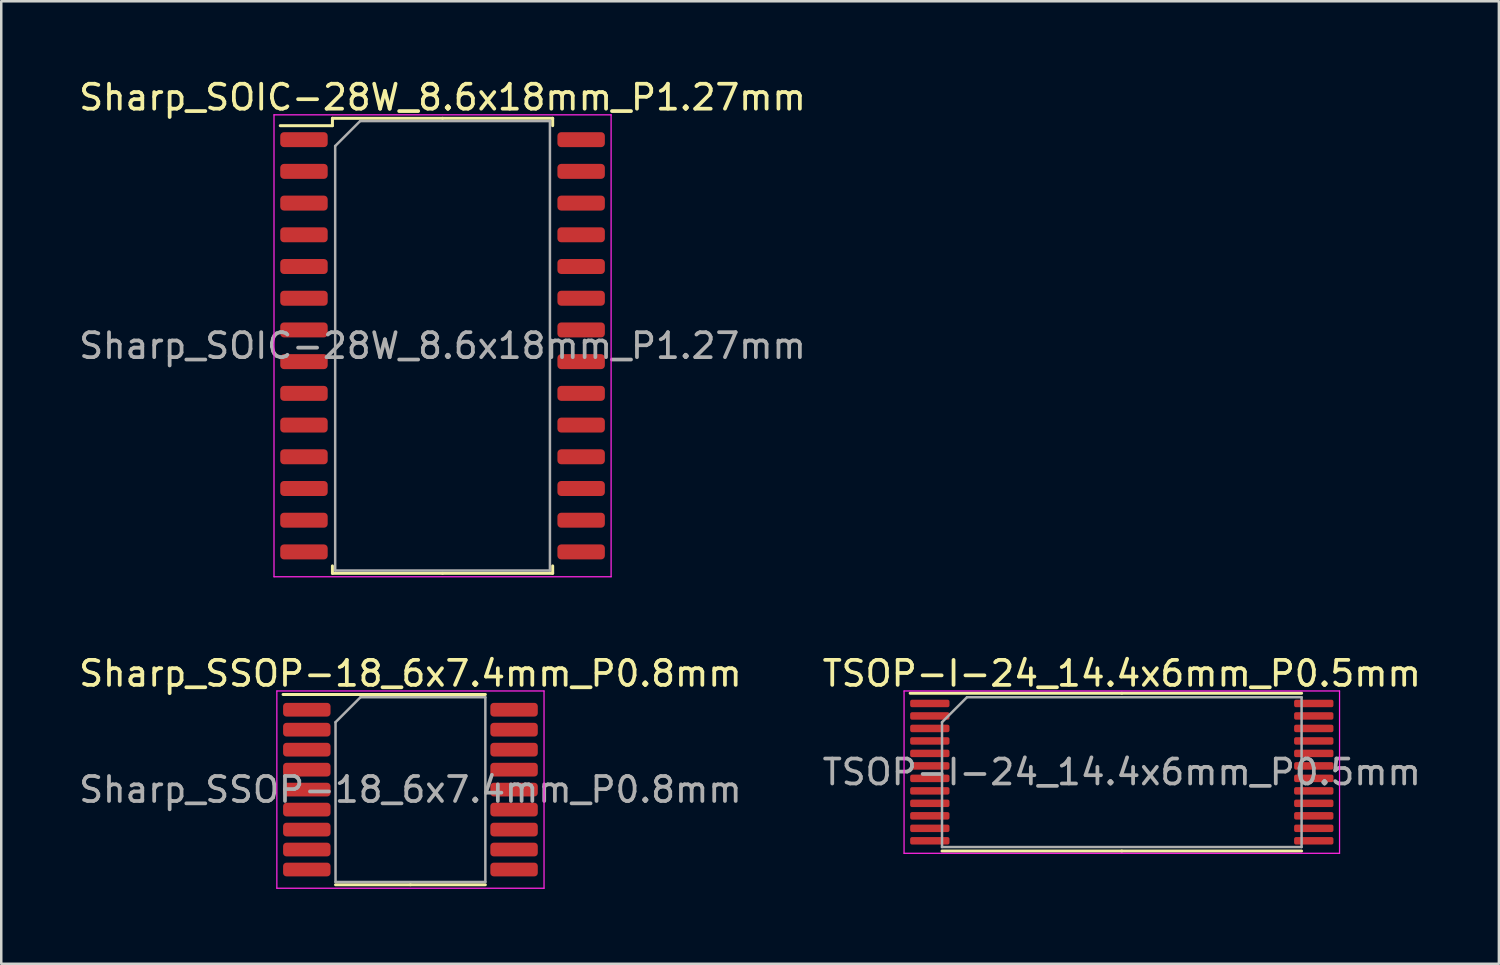
<source format=kicad_pcb>
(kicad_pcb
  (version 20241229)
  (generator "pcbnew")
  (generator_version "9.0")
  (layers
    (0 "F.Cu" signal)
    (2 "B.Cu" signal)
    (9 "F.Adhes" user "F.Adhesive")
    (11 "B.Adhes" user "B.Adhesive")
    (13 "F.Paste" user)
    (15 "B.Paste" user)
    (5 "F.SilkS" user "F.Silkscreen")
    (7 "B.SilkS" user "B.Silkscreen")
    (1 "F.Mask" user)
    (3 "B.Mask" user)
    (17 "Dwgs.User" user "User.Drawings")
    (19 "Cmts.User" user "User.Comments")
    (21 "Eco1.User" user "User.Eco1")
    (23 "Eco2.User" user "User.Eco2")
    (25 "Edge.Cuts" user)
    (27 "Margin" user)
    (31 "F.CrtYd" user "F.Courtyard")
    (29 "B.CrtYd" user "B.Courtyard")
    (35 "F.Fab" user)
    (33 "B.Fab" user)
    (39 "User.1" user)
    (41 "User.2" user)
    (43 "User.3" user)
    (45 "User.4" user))
  (footprint "Sharp_SSOP-18_6x7.4mm_P0.8mm"
    (layer "F.Cu")
    (at 13.387 28.572)
    (property "Reference" "Sharp_SSOP-18_6x7.4mm_P0.8mm" (at 0 -4.65 0) (layer "F.SilkS") (effects (font (size 1 1) (thickness 0.15))))
    (attr smd)
    (fp_line (start 0 -3.81) (end -5.1 -3.81) (stroke (width 0.12) (type solid)) (layer "F.SilkS"))
    (fp_line (start 0 -3.81) (end 3 -3.81) (stroke (width 0.12) (type solid)) (layer "F.SilkS"))
    (fp_line (start 0 3.81) (end -3 3.81) (stroke (width 0.12) (type solid)) (layer "F.SilkS"))
    (fp_line (start 0 3.81) (end 3 3.81) (stroke (width 0.12) (type solid)) (layer "F.SilkS"))
    (fp_line (start -5.35 -3.95) (end -5.35 3.95) (stroke (width 0.05) (type solid)) (layer "F.CrtYd"))
    (fp_line (start -5.35 3.95) (end 5.35 3.95) (stroke (width 0.05) (type solid)) (layer "F.CrtYd"))
    (fp_line (start 5.35 -3.95) (end -5.35 -3.95) (stroke (width 0.05) (type solid)) (layer "F.CrtYd"))
    (fp_line (start 5.35 3.95) (end 5.35 -3.95) (stroke (width 0.05) (type solid)) (layer "F.CrtYd"))
    (fp_line (start -3 -2.7) (end -2 -3.7) (stroke (width 0.1) (type solid)) (layer "F.Fab"))
    (fp_line (start -3 3.7) (end -3 -2.7) (stroke (width 0.1) (type solid)) (layer "F.Fab"))
    (fp_line (start -2 -3.7) (end 3 -3.7) (stroke (width 0.1) (type solid)) (layer "F.Fab"))
    (fp_line (start 3 -3.7) (end 3 3.7) (stroke (width 0.1) (type solid)) (layer "F.Fab"))
    (fp_line (start 3 3.7) (end -3 3.7) (stroke (width 0.1) (type solid)) (layer "F.Fab"))
    (fp_text user "${REFERENCE}" (at 0 0 0) (layer "F.Fab") (effects (font (size 1 1) (thickness 0.15))))
    (pad "1" smd roundrect (at -4.15 -3.2) (size 1.9 0.55) (layers "F.Cu" "F.Mask" "F.Paste") (roundrect_rratio 0.25))
    (pad "2" smd roundrect (at -4.15 -2.4) (size 1.9 0.55) (layers "F.Cu" "F.Mask" "F.Paste") (roundrect_rratio 0.25))
    (pad "3" smd roundrect (at -4.15 -1.6) (size 1.9 0.55) (layers "F.Cu" "F.Mask" "F.Paste") (roundrect_rratio 0.25))
    (pad "4" smd roundrect (at -4.15 -0.8) (size 1.9 0.55) (layers "F.Cu" "F.Mask" "F.Paste") (roundrect_rratio 0.25))
    (pad "5" smd roundrect (at -4.15 0) (size 1.9 0.55) (layers "F.Cu" "F.Mask" "F.Paste") (roundrect_rratio 0.25))
    (pad "6" smd roundrect (at -4.15 0.8) (size 1.9 0.55) (layers "F.Cu" "F.Mask" "F.Paste") (roundrect_rratio 0.25))
    (pad "7" smd roundrect (at -4.15 1.6) (size 1.9 0.55) (layers "F.Cu" "F.Mask" "F.Paste") (roundrect_rratio 0.25))
    (pad "8" smd roundrect (at -4.15 2.4) (size 1.9 0.55) (layers "F.Cu" "F.Mask" "F.Paste") (roundrect_rratio 0.25))
    (pad "9" smd roundrect (at -4.15 3.2) (size 1.9 0.55) (layers "F.Cu" "F.Mask" "F.Paste") (roundrect_rratio 0.25))
    (pad "10" smd roundrect (at 4.15 3.2) (size 1.9 0.55) (layers "F.Cu" "F.Mask" "F.Paste") (roundrect_rratio 0.25))
    (pad "11" smd roundrect (at 4.15 2.4) (size 1.9 0.55) (layers "F.Cu" "F.Mask" "F.Paste") (roundrect_rratio 0.25))
    (pad "12" smd roundrect (at 4.15 1.6) (size 1.9 0.55) (layers "F.Cu" "F.Mask" "F.Paste") (roundrect_rratio 0.25))
    (pad "13" smd roundrect (at 4.15 0.8) (size 1.9 0.55) (layers "F.Cu" "F.Mask" "F.Paste") (roundrect_rratio 0.25))
    (pad "14" smd roundrect (at 4.15 0) (size 1.9 0.55) (layers "F.Cu" "F.Mask" "F.Paste") (roundrect_rratio 0.25))
    (pad "15" smd roundrect (at 4.15 -0.8) (size 1.9 0.55) (layers "F.Cu" "F.Mask" "F.Paste") (roundrect_rratio 0.25))
    (pad "16" smd roundrect (at 4.15 -1.6) (size 1.9 0.55) (layers "F.Cu" "F.Mask" "F.Paste") (roundrect_rratio 0.25))
    (pad "17" smd roundrect (at 4.15 -2.4) (size 1.9 0.55) (layers "F.Cu" "F.Mask" "F.Paste") (roundrect_rratio 0.25))
    (pad "18" smd roundrect (at 4.15 -3.2) (size 1.9 0.55) (layers "F.Cu" "F.Mask" "F.Paste") (roundrect_rratio 0.25)))
  (footprint "TSOP-I-24_14.4x6mm_P0.5mm"
    (layer "F.Cu")
    (at 41.875 27.872)
    (property "Reference" "TSOP-I-24_14.4x6mm_P0.5mm" (at 0 -3.95 0) (layer "F.SilkS") (effects (font (size 1 1) (thickness 0.15))))
    (attr smd)
    (fp_line (start 0 -3.16) (end -8.475 -3.16) (stroke (width 0.12) (type solid)) (layer "F.SilkS"))
    (fp_line (start 0 -3.16) (end 7.2 -3.16) (stroke (width 0.12) (type solid)) (layer "F.SilkS"))
    (fp_line (start 0 3.16) (end -7.2 3.16) (stroke (width 0.12) (type solid)) (layer "F.SilkS"))
    (fp_line (start 0 3.16) (end 7.2 3.16) (stroke (width 0.12) (type solid)) (layer "F.SilkS"))
    (fp_line (start -8.72 -3.25) (end -8.72 3.25) (stroke (width 0.05) (type solid)) (layer "F.CrtYd"))
    (fp_line (start -8.72 3.25) (end 8.72 3.25) (stroke (width 0.05) (type solid)) (layer "F.CrtYd"))
    (fp_line (start 8.72 -3.25) (end -8.72 -3.25) (stroke (width 0.05) (type solid)) (layer "F.CrtYd"))
    (fp_line (start 8.72 3.25) (end 8.72 -3.25) (stroke (width 0.05) (type solid)) (layer "F.CrtYd"))
    (fp_line (start -7.2 -2) (end -6.2 -3) (stroke (width 0.1) (type solid)) (layer "F.Fab"))
    (fp_line (start -7.2 3) (end -7.2 -2) (stroke (width 0.1) (type solid)) (layer "F.Fab"))
    (fp_line (start -6.2 -3) (end 7.2 -3) (stroke (width 0.1) (type solid)) (layer "F.Fab"))
    (fp_line (start 7.2 -3) (end 7.2 3) (stroke (width 0.1) (type solid)) (layer "F.Fab"))
    (fp_line (start 7.2 3) (end -7.2 3) (stroke (width 0.1) (type solid)) (layer "F.Fab"))
    (fp_text user "${REFERENCE}" (at 0 0 0) (layer "F.Fab") (effects (font (size 1 1) (thickness 0.15))))
    (pad "1" smd roundrect (at -7.688 -2.75) (size 1.575 0.3) (layers "F.Cu" "F.Mask" "F.Paste") (roundrect_rratio 0.25))
    (pad "2" smd roundrect (at -7.688 -2.25) (size 1.575 0.3) (layers "F.Cu" "F.Mask" "F.Paste") (roundrect_rratio 0.25))
    (pad "3" smd roundrect (at -7.688 -1.75) (size 1.575 0.3) (layers "F.Cu" "F.Mask" "F.Paste") (roundrect_rratio 0.25))
    (pad "4" smd roundrect (at -7.688 -1.25) (size 1.575 0.3) (layers "F.Cu" "F.Mask" "F.Paste") (roundrect_rratio 0.25))
    (pad "5" smd roundrect (at -7.688 -0.75) (size 1.575 0.3) (layers "F.Cu" "F.Mask" "F.Paste") (roundrect_rratio 0.25))
    (pad "6" smd roundrect (at -7.688 -0.25) (size 1.575 0.3) (layers "F.Cu" "F.Mask" "F.Paste") (roundrect_rratio 0.25))
    (pad "7" smd roundrect (at -7.688 0.25) (size 1.575 0.3) (layers "F.Cu" "F.Mask" "F.Paste") (roundrect_rratio 0.25))
    (pad "8" smd roundrect (at -7.688 0.75) (size 1.575 0.3) (layers "F.Cu" "F.Mask" "F.Paste") (roundrect_rratio 0.25))
    (pad "9" smd roundrect (at -7.688 1.25) (size 1.575 0.3) (layers "F.Cu" "F.Mask" "F.Paste") (roundrect_rratio 0.25))
    (pad "10" smd roundrect (at -7.688 1.75) (size 1.575 0.3) (layers "F.Cu" "F.Mask" "F.Paste") (roundrect_rratio 0.25))
    (pad "11" smd roundrect (at -7.688 2.25) (size 1.575 0.3) (layers "F.Cu" "F.Mask" "F.Paste") (roundrect_rratio 0.25))
    (pad "12" smd roundrect (at -7.688 2.75) (size 1.575 0.3) (layers "F.Cu" "F.Mask" "F.Paste") (roundrect_rratio 0.25))
    (pad "13" smd roundrect (at 7.688 2.75) (size 1.575 0.3) (layers "F.Cu" "F.Mask" "F.Paste") (roundrect_rratio 0.25))
    (pad "14" smd roundrect (at 7.688 2.25) (size 1.575 0.3) (layers "F.Cu" "F.Mask" "F.Paste") (roundrect_rratio 0.25))
    (pad "15" smd roundrect (at 7.688 1.75) (size 1.575 0.3) (layers "F.Cu" "F.Mask" "F.Paste") (roundrect_rratio 0.25))
    (pad "16" smd roundrect (at 7.688 1.25) (size 1.575 0.3) (layers "F.Cu" "F.Mask" "F.Paste") (roundrect_rratio 0.25))
    (pad "17" smd roundrect (at 7.688 0.75) (size 1.575 0.3) (layers "F.Cu" "F.Mask" "F.Paste") (roundrect_rratio 0.25))
    (pad "18" smd roundrect (at 7.688 0.25) (size 1.575 0.3) (layers "F.Cu" "F.Mask" "F.Paste") (roundrect_rratio 0.25))
    (pad "19" smd roundrect (at 7.688 -0.25) (size 1.575 0.3) (layers "F.Cu" "F.Mask" "F.Paste") (roundrect_rratio 0.25))
    (pad "20" smd roundrect (at 7.688 -0.75) (size 1.575 0.3) (layers "F.Cu" "F.Mask" "F.Paste") (roundrect_rratio 0.25))
    (pad "21" smd roundrect (at 7.688 -1.25) (size 1.575 0.3) (layers "F.Cu" "F.Mask" "F.Paste") (roundrect_rratio 0.25))
    (pad "22" smd roundrect (at 7.688 -1.75) (size 1.575 0.3) (layers "F.Cu" "F.Mask" "F.Paste") (roundrect_rratio 0.25))
    (pad "23" smd roundrect (at 7.688 -2.25) (size 1.575 0.3) (layers "F.Cu" "F.Mask" "F.Paste") (roundrect_rratio 0.25))
    (pad "24" smd roundrect (at 7.688 -2.75) (size 1.575 0.3) (layers "F.Cu" "F.Mask" "F.Paste") (roundrect_rratio 0.25)))
  (footprint "Sharp_SOIC-28W_8.6x18mm_P1.27mm"
    (layer "F.Cu")
    (at 14.673 10.798)
    (property "Reference" "Sharp_SOIC-28W_8.6x18mm_P1.27mm" (at 0 -9.95 0) (layer "F.SilkS") (effects (font (size 1 1) (thickness 0.15))))
    (attr smd)
    (fp_line (start -4.41 -9.11) (end -4.41 -8.815) (stroke (width 0.12) (type solid)) (layer "F.SilkS"))
    (fp_line (start -4.41 -8.815) (end -6.5 -8.815) (stroke (width 0.12) (type solid)) (layer "F.SilkS"))
    (fp_line (start -4.41 9.11) (end -4.41 8.815) (stroke (width 0.12) (type solid)) (layer "F.SilkS"))
    (fp_line (start 0 -9.11) (end -4.41 -9.11) (stroke (width 0.12) (type solid)) (layer "F.SilkS"))
    (fp_line (start 0 -9.11) (end 4.41 -9.11) (stroke (width 0.12) (type solid)) (layer "F.SilkS"))
    (fp_line (start 0 9.11) (end -4.41 9.11) (stroke (width 0.12) (type solid)) (layer "F.SilkS"))
    (fp_line (start 0 9.11) (end 4.41 9.11) (stroke (width 0.12) (type solid)) (layer "F.SilkS"))
    (fp_line (start 4.41 -9.11) (end 4.41 -8.815) (stroke (width 0.12) (type solid)) (layer "F.SilkS"))
    (fp_line (start 4.41 9.11) (end 4.41 8.815) (stroke (width 0.12) (type solid)) (layer "F.SilkS"))
    (fp_line (start -6.75 -9.25) (end -6.75 9.25) (stroke (width 0.05) (type solid)) (layer "F.CrtYd"))
    (fp_line (start -6.75 9.25) (end 6.75 9.25) (stroke (width 0.05) (type solid)) (layer "F.CrtYd"))
    (fp_line (start 6.75 -9.25) (end -6.75 -9.25) (stroke (width 0.05) (type solid)) (layer "F.CrtYd"))
    (fp_line (start 6.75 9.25) (end 6.75 -9.25) (stroke (width 0.05) (type solid)) (layer "F.CrtYd"))
    (fp_line (start -4.3 -8) (end -3.3 -9) (stroke (width 0.1) (type solid)) (layer "F.Fab"))
    (fp_line (start -4.3 9) (end -4.3 -8) (stroke (width 0.1) (type solid)) (layer "F.Fab"))
    (fp_line (start -3.3 -9) (end 4.3 -9) (stroke (width 0.1) (type solid)) (layer "F.Fab"))
    (fp_line (start 4.3 -9) (end 4.3 9) (stroke (width 0.1) (type solid)) (layer "F.Fab"))
    (fp_line (start 4.3 9) (end -4.3 9) (stroke (width 0.1) (type solid)) (layer "F.Fab"))
    (fp_text user "${REFERENCE}" (at 0 0 0) (layer "F.Fab") (effects (font (size 1 1) (thickness 0.15))))
    (pad "1" smd roundrect (at -5.55 -8.255) (size 1.9 0.6) (layers "F.Cu" "F.Mask" "F.Paste") (roundrect_rratio 0.25))
    (pad "2" smd roundrect (at -5.55 -6.985) (size 1.9 0.6) (layers "F.Cu" "F.Mask" "F.Paste") (roundrect_rratio 0.25))
    (pad "3" smd roundrect (at -5.55 -5.715) (size 1.9 0.6) (layers "F.Cu" "F.Mask" "F.Paste") (roundrect_rratio 0.25))
    (pad "4" smd roundrect (at -5.55 -4.445) (size 1.9 0.6) (layers "F.Cu" "F.Mask" "F.Paste") (roundrect_rratio 0.25))
    (pad "5" smd roundrect (at -5.55 -3.175) (size 1.9 0.6) (layers "F.Cu" "F.Mask" "F.Paste") (roundrect_rratio 0.25))
    (pad "6" smd roundrect (at -5.55 -1.905) (size 1.9 0.6) (layers "F.Cu" "F.Mask" "F.Paste") (roundrect_rratio 0.25))
    (pad "7" smd roundrect (at -5.55 -0.635) (size 1.9 0.6) (layers "F.Cu" "F.Mask" "F.Paste") (roundrect_rratio 0.25))
    (pad "8" smd roundrect (at -5.55 0.635) (size 1.9 0.6) (layers "F.Cu" "F.Mask" "F.Paste") (roundrect_rratio 0.25))
    (pad "9" smd roundrect (at -5.55 1.905) (size 1.9 0.6) (layers "F.Cu" "F.Mask" "F.Paste") (roundrect_rratio 0.25))
    (pad "10" smd roundrect (at -5.55 3.175) (size 1.9 0.6) (layers "F.Cu" "F.Mask" "F.Paste") (roundrect_rratio 0.25))
    (pad "11" smd roundrect (at -5.55 4.445) (size 1.9 0.6) (layers "F.Cu" "F.Mask" "F.Paste") (roundrect_rratio 0.25))
    (pad "12" smd roundrect (at -5.55 5.715) (size 1.9 0.6) (layers "F.Cu" "F.Mask" "F.Paste") (roundrect_rratio 0.25))
    (pad "13" smd roundrect (at -5.55 6.985) (size 1.9 0.6) (layers "F.Cu" "F.Mask" "F.Paste") (roundrect_rratio 0.25))
    (pad "14" smd roundrect (at -5.55 8.255) (size 1.9 0.6) (layers "F.Cu" "F.Mask" "F.Paste") (roundrect_rratio 0.25))
    (pad "15" smd roundrect (at 5.55 8.255) (size 1.9 0.6) (layers "F.Cu" "F.Mask" "F.Paste") (roundrect_rratio 0.25))
    (pad "16" smd roundrect (at 5.55 6.985) (size 1.9 0.6) (layers "F.Cu" "F.Mask" "F.Paste") (roundrect_rratio 0.25))
    (pad "17" smd roundrect (at 5.55 5.715) (size 1.9 0.6) (layers "F.Cu" "F.Mask" "F.Paste") (roundrect_rratio 0.25))
    (pad "18" smd roundrect (at 5.55 4.445) (size 1.9 0.6) (layers "F.Cu" "F.Mask" "F.Paste") (roundrect_rratio 0.25))
    (pad "19" smd roundrect (at 5.55 3.175) (size 1.9 0.6) (layers "F.Cu" "F.Mask" "F.Paste") (roundrect_rratio 0.25))
    (pad "20" smd roundrect (at 5.55 1.905) (size 1.9 0.6) (layers "F.Cu" "F.Mask" "F.Paste") (roundrect_rratio 0.25))
    (pad "21" smd roundrect (at 5.55 0.635) (size 1.9 0.6) (layers "F.Cu" "F.Mask" "F.Paste") (roundrect_rratio 0.25))
    (pad "22" smd roundrect (at 5.55 -0.635) (size 1.9 0.6) (layers "F.Cu" "F.Mask" "F.Paste") (roundrect_rratio 0.25))
    (pad "23" smd roundrect (at 5.55 -1.905) (size 1.9 0.6) (layers "F.Cu" "F.Mask" "F.Paste") (roundrect_rratio 0.25))
    (pad "24" smd roundrect (at 5.55 -3.175) (size 1.9 0.6) (layers "F.Cu" "F.Mask" "F.Paste") (roundrect_rratio 0.25))
    (pad "25" smd roundrect (at 5.55 -4.445) (size 1.9 0.6) (layers "F.Cu" "F.Mask" "F.Paste") (roundrect_rratio 0.25))
    (pad "26" smd roundrect (at 5.55 -5.715) (size 1.9 0.6) (layers "F.Cu" "F.Mask" "F.Paste") (roundrect_rratio 0.25))
    (pad "27" smd roundrect (at 5.55 -6.985) (size 1.9 0.6) (layers "F.Cu" "F.Mask" "F.Paste") (roundrect_rratio 0.25))
    (pad "28" smd roundrect (at 5.55 -8.255) (size 1.9 0.6) (layers "F.Cu" "F.Mask" "F.Paste") (roundrect_rratio 0.25)))
  (gr_rect
    (start -3 -3)
    (end 56.976 35.547)
    (stroke (width 0.1) (type default))
    (fill no)
    (layer "Edge.Cuts")))
</source>
